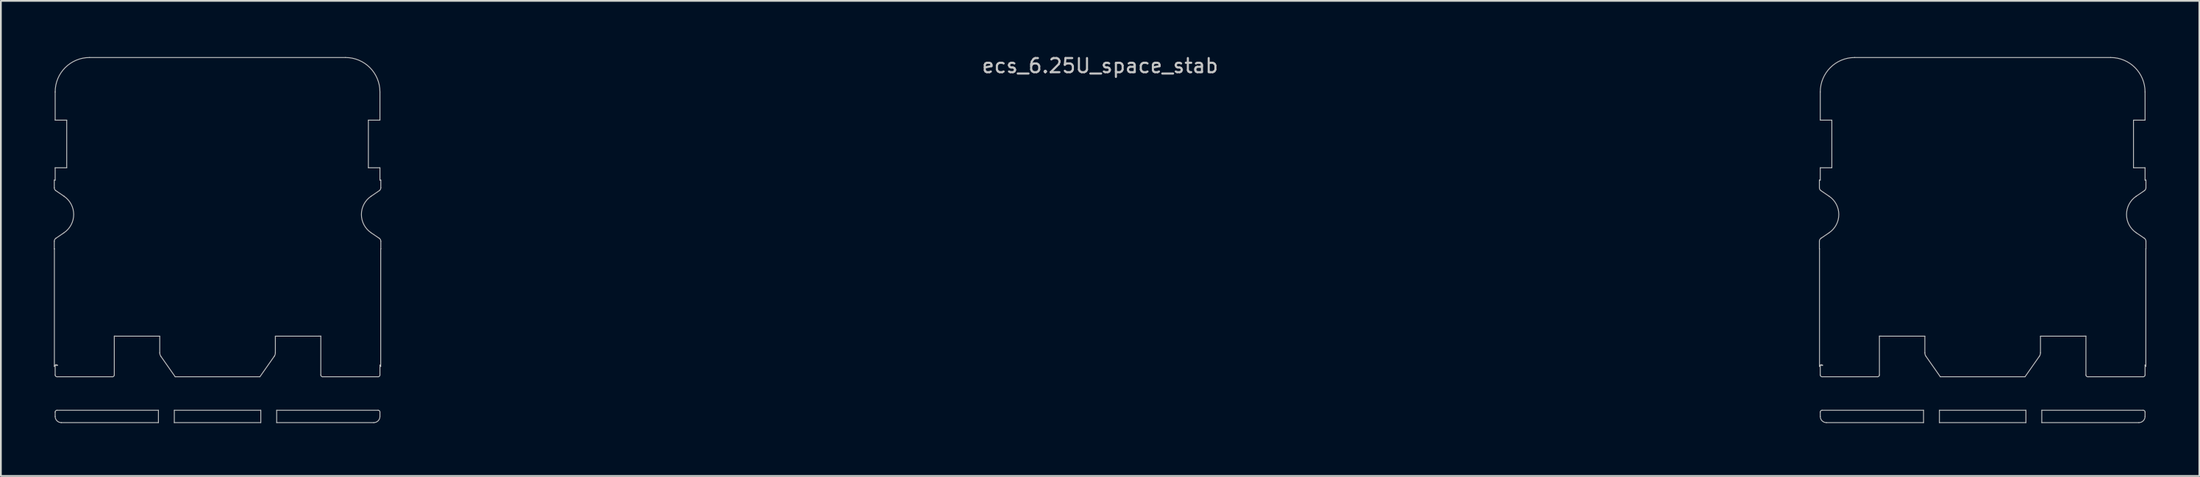
<source format=kicad_pcb>
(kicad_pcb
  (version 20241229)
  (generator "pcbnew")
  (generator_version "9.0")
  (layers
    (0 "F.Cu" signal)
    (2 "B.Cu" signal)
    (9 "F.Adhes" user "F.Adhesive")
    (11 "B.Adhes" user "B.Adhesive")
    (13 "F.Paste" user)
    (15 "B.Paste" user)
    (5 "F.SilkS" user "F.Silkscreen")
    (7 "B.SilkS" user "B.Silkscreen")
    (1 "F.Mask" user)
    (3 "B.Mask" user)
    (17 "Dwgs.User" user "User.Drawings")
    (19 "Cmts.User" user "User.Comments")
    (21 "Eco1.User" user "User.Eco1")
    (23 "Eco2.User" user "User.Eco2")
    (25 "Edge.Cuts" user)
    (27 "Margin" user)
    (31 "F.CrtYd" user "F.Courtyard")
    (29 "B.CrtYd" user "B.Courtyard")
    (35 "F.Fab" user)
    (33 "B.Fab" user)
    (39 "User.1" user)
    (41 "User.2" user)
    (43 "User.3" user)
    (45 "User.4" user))
  (footprint "ecs_6.25U_space_stab"
    (layer "F.Cu")
    (at 59.275 9.111)
    (property "Reference" "ecs_6.25U_space_stab" (at 0 -8.433 0) (layer "Dwgs.User") (effects (font (size 0.8 0.8) (thickness 0.12))))
    (attr smd)
    (fp_line (start -59.25 -1.95) (end -59.2 -1.95) (stroke (width 0.05) (type solid)) (layer "Dwgs.User"))
    (fp_line (start -59.25 -1.516) (end -59.25 -1.95) (stroke (width 0.05) (type solid)) (layer "Dwgs.User"))
    (fp_line (start -59.25 1.95) (end -59.25 1.516) (stroke (width 0.05) (type solid)) (layer "Dwgs.User"))
    (fp_line (start -59.244 1.95) (end -59.25 1.95) (stroke (width 0.05) (type solid)) (layer "Dwgs.User"))
    (fp_line (start -59.244 8.616) (end -59.244 1.95) (stroke (width 0.05) (type solid)) (layer "Dwgs.User"))
    (fp_line (start -59.2 -5.35) (end -59.2 -6.95) (stroke (width 0.05) (type solid)) (layer "Dwgs.User"))
    (fp_line (start -59.2 -2.65) (end -58.545 -2.65) (stroke (width 0.05) (type solid)) (layer "Dwgs.User"))
    (fp_line (start -59.2 -1.95) (end -59.2 -2.65) (stroke (width 0.05) (type solid)) (layer "Dwgs.User"))
    (fp_line (start -59.2 8.55) (end -59.069 8.55) (stroke (width 0.05) (type solid)) (layer "Dwgs.User"))
    (fp_line (start -59.2 9.1) (end -59.2 8.55) (stroke (width 0.05) (type solid)) (layer "Dwgs.User"))
    (fp_line (start -59.2 11.45) (end -59.2 11.2) (stroke (width 0.05) (type solid)) (layer "Dwgs.User"))
    (fp_line (start -59.163 1.351) (end -58.696 1.033) (stroke (width 0.05) (type solid)) (layer "Dwgs.User"))
    (fp_line (start -59.1 11.1) (end -53.35 11.1) (stroke (width 0.05) (type solid)) (layer "Dwgs.User"))
    (fp_line (start -58.696 -1.033) (end -59.163 -1.351) (stroke (width 0.05) (type solid)) (layer "Dwgs.User"))
    (fp_line (start -58.545 -5.35) (end -59.2 -5.35) (stroke (width 0.05) (type solid)) (layer "Dwgs.User"))
    (fp_line (start -58.545 -2.65) (end -58.545 -5.35) (stroke (width 0.05) (type solid)) (layer "Dwgs.User"))
    (fp_line (start -57.25 -8.9) (end -42.75 -8.9) (stroke (width 0.05) (type solid)) (layer "Dwgs.User"))
    (fp_line (start -55.95 9.2) (end -59.1 9.2) (stroke (width 0.05) (type solid)) (layer "Dwgs.User"))
    (fp_line (start -55.85 6.895) (end -55.85 9.1) (stroke (width 0.05) (type solid)) (layer "Dwgs.User"))
    (fp_line (start -53.35 11.1) (end -53.35 11.8) (stroke (width 0.05) (type solid)) (layer "Dwgs.User"))
    (fp_line (start -53.35 11.8) (end -58.85 11.8) (stroke (width 0.05) (type solid)) (layer "Dwgs.User"))
    (fp_line (start -53.275 6.9) (end -55.75 6.9) (stroke (width 0.05) (type solid)) (layer "Dwgs.User"))
    (fp_line (start -53.275 7.84) (end -53.275 6.9) (stroke (width 0.05) (type solid)) (layer "Dwgs.User"))
    (fp_line (start -52.45 11.1) (end -47.55 11.1) (stroke (width 0.05) (type solid)) (layer "Dwgs.User"))
    (fp_line (start -52.45 11.8) (end -52.45 11.1) (stroke (width 0.05) (type solid)) (layer "Dwgs.User"))
    (fp_line (start -52.4 9.2) (end -53.212 8.041) (stroke (width 0.05) (type solid)) (layer "Dwgs.User"))
    (fp_line (start -47.6 9.2) (end -52.4 9.2) (stroke (width 0.05) (type solid)) (layer "Dwgs.User"))
    (fp_line (start -47.55 11.1) (end -47.55 11.8) (stroke (width 0.05) (type solid)) (layer "Dwgs.User"))
    (fp_line (start -47.55 11.8) (end -52.45 11.8) (stroke (width 0.05) (type solid)) (layer "Dwgs.User"))
    (fp_line (start -46.788 8.041) (end -47.6 9.2) (stroke (width 0.05) (type solid)) (layer "Dwgs.User"))
    (fp_line (start -46.725 6.9) (end -46.725 7.84) (stroke (width 0.05) (type solid)) (layer "Dwgs.User"))
    (fp_line (start -46.65 11.1) (end -40.9 11.1) (stroke (width 0.05) (type solid)) (layer "Dwgs.User"))
    (fp_line (start -46.65 11.8) (end -46.65 11.1) (stroke (width 0.05) (type solid)) (layer "Dwgs.User"))
    (fp_line (start -44.25 6.9) (end -46.725 6.9) (stroke (width 0.05) (type solid)) (layer "Dwgs.User"))
    (fp_line (start -44.15 9.1) (end -44.15 6.895) (stroke (width 0.05) (type solid)) (layer "Dwgs.User"))
    (fp_line (start -41.455 -5.35) (end -41.455 -2.65) (stroke (width 0.05) (type solid)) (layer "Dwgs.User"))
    (fp_line (start -41.455 -2.65) (end -40.8 -2.65) (stroke (width 0.05) (type solid)) (layer "Dwgs.User"))
    (fp_line (start -41.304 1.033) (end -40.837 1.351) (stroke (width 0.05) (type solid)) (layer "Dwgs.User"))
    (fp_line (start -41.15 11.8) (end -46.65 11.8) (stroke (width 0.05) (type solid)) (layer "Dwgs.User"))
    (fp_line (start -40.9 9.2) (end -44.05 9.2) (stroke (width 0.05) (type solid)) (layer "Dwgs.User"))
    (fp_line (start -40.837 -1.351) (end -41.304 -1.033) (stroke (width 0.05) (type solid)) (layer "Dwgs.User"))
    (fp_line (start -40.8 8.534) (end -40.8 9.1) (stroke (width 0.05) (type solid)) (layer "Dwgs.User"))
    (fp_line (start -40.8 -6.95) (end -40.8 -5.35) (stroke (width 0.05) (type solid)) (layer "Dwgs.User"))
    (fp_line (start -40.8 -5.35) (end -41.455 -5.35) (stroke (width 0.05) (type solid)) (layer "Dwgs.User"))
    (fp_line (start -40.8 -2.65) (end -40.8 -1.95) (stroke (width 0.05) (type solid)) (layer "Dwgs.User"))
    (fp_line (start -40.8 -1.95) (end -40.75 -1.95) (stroke (width 0.05) (type solid)) (layer "Dwgs.User"))
    (fp_line (start -40.8 11.2) (end -40.8 11.45) (stroke (width 0.05) (type solid)) (layer "Dwgs.User"))
    (fp_line (start -40.756 1.95) (end -40.756 8.616) (stroke (width 0.05) (type solid)) (layer "Dwgs.User"))
    (fp_line (start -40.75 -1.95) (end -40.75 -1.516) (stroke (width 0.05) (type solid)) (layer "Dwgs.User"))
    (fp_line (start -40.75 1.516) (end -40.75 1.95) (stroke (width 0.05) (type solid)) (layer "Dwgs.User"))
    (fp_line (start -40.75 1.95) (end -40.756 1.95) (stroke (width 0.05) (type solid)) (layer "Dwgs.User"))
    (fp_line (start 40.75 -1.95) (end 40.8 -1.95) (stroke (width 0.05) (type solid)) (layer "Dwgs.User"))
    (fp_line (start 40.75 -1.516) (end 40.75 -1.95) (stroke (width 0.05) (type solid)) (layer "Dwgs.User"))
    (fp_line (start 40.75 1.95) (end 40.75 1.516) (stroke (width 0.05) (type solid)) (layer "Dwgs.User"))
    (fp_line (start 40.756 1.95) (end 40.75 1.95) (stroke (width 0.05) (type solid)) (layer "Dwgs.User"))
    (fp_line (start 40.756 8.616) (end 40.756 1.95) (stroke (width 0.05) (type solid)) (layer "Dwgs.User"))
    (fp_line (start 40.8 -5.35) (end 40.8 -6.95) (stroke (width 0.05) (type solid)) (layer "Dwgs.User"))
    (fp_line (start 40.8 -2.65) (end 41.455 -2.65) (stroke (width 0.05) (type solid)) (layer "Dwgs.User"))
    (fp_line (start 40.8 -1.95) (end 40.8 -2.65) (stroke (width 0.05) (type solid)) (layer "Dwgs.User"))
    (fp_line (start 40.8 8.55) (end 40.931 8.55) (stroke (width 0.05) (type solid)) (layer "Dwgs.User"))
    (fp_line (start 40.8 9.1) (end 40.8 8.55) (stroke (width 0.05) (type solid)) (layer "Dwgs.User"))
    (fp_line (start 40.8 11.45) (end 40.8 11.2) (stroke (width 0.05) (type solid)) (layer "Dwgs.User"))
    (fp_line (start 40.837 1.351) (end 41.304 1.033) (stroke (width 0.05) (type solid)) (layer "Dwgs.User"))
    (fp_line (start 40.9 11.1) (end 46.65 11.1) (stroke (width 0.05) (type solid)) (layer "Dwgs.User"))
    (fp_line (start 41.304 -1.033) (end 40.837 -1.351) (stroke (width 0.05) (type solid)) (layer "Dwgs.User"))
    (fp_line (start 41.455 -5.35) (end 40.8 -5.35) (stroke (width 0.05) (type solid)) (layer "Dwgs.User"))
    (fp_line (start 41.455 -2.65) (end 41.455 -5.35) (stroke (width 0.05) (type solid)) (layer "Dwgs.User"))
    (fp_line (start 42.75 -8.9) (end 57.25 -8.9) (stroke (width 0.05) (type solid)) (layer "Dwgs.User"))
    (fp_line (start 44.05 9.2) (end 40.9 9.2) (stroke (width 0.05) (type solid)) (layer "Dwgs.User"))
    (fp_line (start 44.15 6.895) (end 44.15 9.1) (stroke (width 0.05) (type solid)) (layer "Dwgs.User"))
    (fp_line (start 46.65 11.1) (end 46.65 11.8) (stroke (width 0.05) (type solid)) (layer "Dwgs.User"))
    (fp_line (start 46.65 11.8) (end 41.15 11.8) (stroke (width 0.05) (type solid)) (layer "Dwgs.User"))
    (fp_line (start 46.725 6.9) (end 44.25 6.9) (stroke (width 0.05) (type solid)) (layer "Dwgs.User"))
    (fp_line (start 46.725 7.84) (end 46.725 6.9) (stroke (width 0.05) (type solid)) (layer "Dwgs.User"))
    (fp_line (start 47.55 11.1) (end 52.45 11.1) (stroke (width 0.05) (type solid)) (layer "Dwgs.User"))
    (fp_line (start 47.55 11.8) (end 47.55 11.1) (stroke (width 0.05) (type solid)) (layer "Dwgs.User"))
    (fp_line (start 47.6 9.2) (end 46.788 8.041) (stroke (width 0.05) (type solid)) (layer "Dwgs.User"))
    (fp_line (start 52.4 9.2) (end 47.6 9.2) (stroke (width 0.05) (type solid)) (layer "Dwgs.User"))
    (fp_line (start 52.45 11.1) (end 52.45 11.8) (stroke (width 0.05) (type solid)) (layer "Dwgs.User"))
    (fp_line (start 52.45 11.8) (end 47.55 11.8) (stroke (width 0.05) (type solid)) (layer "Dwgs.User"))
    (fp_line (start 53.212 8.041) (end 52.4 9.2) (stroke (width 0.05) (type solid)) (layer "Dwgs.User"))
    (fp_line (start 53.275 6.9) (end 53.275 7.84) (stroke (width 0.05) (type solid)) (layer "Dwgs.User"))
    (fp_line (start 53.35 11.1) (end 59.1 11.1) (stroke (width 0.05) (type solid)) (layer "Dwgs.User"))
    (fp_line (start 53.35 11.8) (end 53.35 11.1) (stroke (width 0.05) (type solid)) (layer "Dwgs.User"))
    (fp_line (start 55.75 6.9) (end 53.275 6.9) (stroke (width 0.05) (type solid)) (layer "Dwgs.User"))
    (fp_line (start 55.85 9.1) (end 55.85 6.895) (stroke (width 0.05) (type solid)) (layer "Dwgs.User"))
    (fp_line (start 58.545 -5.35) (end 58.545 -2.65) (stroke (width 0.05) (type solid)) (layer "Dwgs.User"))
    (fp_line (start 58.545 -2.65) (end 59.2 -2.65) (stroke (width 0.05) (type solid)) (layer "Dwgs.User"))
    (fp_line (start 58.696 1.033) (end 59.163 1.351) (stroke (width 0.05) (type solid)) (layer "Dwgs.User"))
    (fp_line (start 58.85 11.8) (end 53.35 11.8) (stroke (width 0.05) (type solid)) (layer "Dwgs.User"))
    (fp_line (start 59.1 9.2) (end 55.95 9.2) (stroke (width 0.05) (type solid)) (layer "Dwgs.User"))
    (fp_line (start 59.163 -1.351) (end 58.696 -1.033) (stroke (width 0.05) (type solid)) (layer "Dwgs.User"))
    (fp_line (start 59.2 8.534) (end 59.2 9.1) (stroke (width 0.05) (type solid)) (layer "Dwgs.User"))
    (fp_line (start 59.2 -6.95) (end 59.2 -5.35) (stroke (width 0.05) (type solid)) (layer "Dwgs.User"))
    (fp_line (start 59.2 -5.35) (end 58.545 -5.35) (stroke (width 0.05) (type solid)) (layer "Dwgs.User"))
    (fp_line (start 59.2 -2.65) (end 59.2 -1.95) (stroke (width 0.05) (type solid)) (layer "Dwgs.User"))
    (fp_line (start 59.2 -1.95) (end 59.25 -1.95) (stroke (width 0.05) (type solid)) (layer "Dwgs.User"))
    (fp_line (start 59.2 11.2) (end 59.2 11.45) (stroke (width 0.05) (type solid)) (layer "Dwgs.User"))
    (fp_line (start 59.244 1.95) (end 59.244 8.616) (stroke (width 0.05) (type solid)) (layer "Dwgs.User"))
    (fp_line (start 59.25 -1.95) (end 59.25 -1.516) (stroke (width 0.05) (type solid)) (layer "Dwgs.User"))
    (fp_line (start 59.25 1.516) (end 59.25 1.95) (stroke (width 0.05) (type solid)) (layer "Dwgs.User"))
    (fp_line (start 59.25 1.95) (end 59.244 1.95) (stroke (width 0.05) (type solid)) (layer "Dwgs.User"))
    (fp_arc (start -59.250003 1.516225) (mid -59.226822 1.422766) (end -59.162652 1.350973) (stroke (width 0.05) (type solid)) (layer "Dwgs.User"))
    (fp_arc (start -59.24375 8.616395) (mid -59.17927 8.52292) (end -59.068988 8.55) (stroke (width 0.05) (type solid)) (layer "Dwgs.User"))
    (fp_arc (start -59.2 -6.95) (mid -58.628858 -8.328858) (end -57.25 -8.9) (stroke (width 0.05) (type solid)) (layer "Dwgs.User"))
    (fp_arc (start -59.2 11.199994) (mid -59.170712 11.129286) (end -59.100003 11.1) (stroke (width 0.05) (type solid)) (layer "Dwgs.User"))
    (fp_arc (start -59.162652 -1.350973) (mid -59.226822 -1.422766) (end -59.250003 -1.516225) (stroke (width 0.05) (type solid)) (layer "Dwgs.User"))
    (fp_arc (start -59.100003 9.2) (mid -59.170712 9.170714) (end -59.2 9.100006) (stroke (width 0.05) (type solid)) (layer "Dwgs.User"))
    (fp_arc (start -58.850023 11.8) (mid -59.097497 11.697497) (end -59.2 11.450023) (stroke (width 0.05) (type solid)) (layer "Dwgs.User"))
    (fp_arc (start -58.695979 -1.032887) (mid -58.15 0) (end -58.695979 1.032887) (stroke (width 0.05) (type solid)) (layer "Dwgs.User"))
    (fp_arc (start -55.85 9.099996) (mid -55.879288 9.170709) (end -55.95 9.2) (stroke (width 0.05) (type solid)) (layer "Dwgs.User"))
    (fp_arc (start -55.75 6.9) (mid -55.800063 6.898746) (end -55.85 6.894987) (stroke (width 0.05) (type solid)) (layer "Dwgs.User"))
    (fp_arc (start -53.211703 8.040768) (mid -53.258801 7.945263) (end -53.275 7.840016) (stroke (width 0.05) (type solid)) (layer "Dwgs.User"))
    (fp_arc (start -46.725 7.840016) (mid -46.741199 7.945263) (end -46.788297 8.040768) (stroke (width 0.05) (type solid)) (layer "Dwgs.User"))
    (fp_arc (start -44.15 6.894987) (mid -44.199937 6.898746) (end -44.25 6.9) (stroke (width 0.05) (type solid)) (layer "Dwgs.User"))
    (fp_arc (start -44.05 9.2) (mid -44.120712 9.170709) (end -44.15 9.099996) (stroke (width 0.05) (type solid)) (layer "Dwgs.User"))
    (fp_arc (start -42.75 -8.9) (mid -41.371142 -8.328858) (end -40.8 -6.95) (stroke (width 0.05) (type solid)) (layer "Dwgs.User"))
    (fp_arc (start -41.304021 1.032887) (mid -41.85 0) (end -41.304021 -1.032887) (stroke (width 0.05) (type solid)) (layer "Dwgs.User"))
    (fp_arc (start -40.899997 11.1) (mid -40.829288 11.129286) (end -40.8 11.199994) (stroke (width 0.05) (type solid)) (layer "Dwgs.User"))
    (fp_arc (start -40.837348 1.350973) (mid -40.773178 1.422766) (end -40.749997 1.516225) (stroke (width 0.05) (type solid)) (layer "Dwgs.User"))
    (fp_arc (start -40.800001 8.533718) (mid -40.767862 8.569625) (end -40.75625 8.616395) (stroke (width 0.05) (type solid)) (layer "Dwgs.User"))
    (fp_arc (start -40.8 9.100006) (mid -40.829288 9.170714) (end -40.899997 9.2) (stroke (width 0.05) (type solid)) (layer "Dwgs.User"))
    (fp_arc (start -40.8 11.450023) (mid -40.902503 11.697497) (end -41.149977 11.8) (stroke (width 0.05) (type solid)) (layer "Dwgs.User"))
    (fp_arc (start -40.749997 -1.516225) (mid -40.773178 -1.422766) (end -40.837348 -1.350973) (stroke (width 0.05) (type solid)) (layer "Dwgs.User"))
    (fp_arc (start 40.749997 1.516225) (mid 40.773168 1.422757) (end 40.837348 1.350973) (stroke (width 0.05) (type solid)) (layer "Dwgs.User"))
    (fp_arc (start 40.75625 8.616395) (mid 40.820717 8.52296) (end 40.931012 8.55) (stroke (width 0.05) (type solid)) (layer "Dwgs.User"))
    (fp_arc (start 40.8 -6.95) (mid 41.371142 -8.328858) (end 42.75 -8.9) (stroke (width 0.05) (type solid)) (layer "Dwgs.User"))
    (fp_arc (start 40.8 11.199994) (mid 40.82929 11.129288) (end 40.899997 11.1) (stroke (width 0.05) (type solid)) (layer "Dwgs.User"))
    (fp_arc (start 40.837348 -1.350973) (mid 40.773192 -1.422769) (end 40.749997 -1.516225) (stroke (width 0.05) (type solid)) (layer "Dwgs.User"))
    (fp_arc (start 40.899997 9.2) (mid 40.82929 9.170712) (end 40.8 9.100006) (stroke (width 0.05) (type solid)) (layer "Dwgs.User"))
    (fp_arc (start 41.149977 11.8) (mid 40.902513 11.697487) (end 40.8 11.450023) (stroke (width 0.05) (type solid)) (layer "Dwgs.User"))
    (fp_arc (start 41.304021 -1.032887) (mid 41.85 0) (end 41.304021 1.032887) (stroke (width 0.05) (type solid)) (layer "Dwgs.User"))
    (fp_arc (start 44.15 9.099996) (mid 44.120712 9.170709) (end 44.05 9.2) (stroke (width 0.05) (type solid)) (layer "Dwgs.User"))
    (fp_arc (start 44.25 6.9) (mid 44.199937 6.898746) (end 44.15 6.894987) (stroke (width 0.05) (type solid)) (layer "Dwgs.User"))
    (fp_arc (start 46.788297 8.040768) (mid 46.741195 7.945264) (end 46.725 7.840016) (stroke (width 0.05) (type solid)) (layer "Dwgs.User"))
    (fp_arc (start 53.275 7.840016) (mid 53.258797 7.945261) (end 53.211703 8.040768) (stroke (width 0.05) (type solid)) (layer "Dwgs.User"))
    (fp_arc (start 55.85 6.894987) (mid 55.800063 6.898746) (end 55.75 6.9) (stroke (width 0.05) (type solid)) (layer "Dwgs.User"))
    (fp_arc (start 55.95 9.2) (mid 55.879288 9.170709) (end 55.85 9.099996) (stroke (width 0.05) (type solid)) (layer "Dwgs.User"))
    (fp_arc (start 57.25 -8.9) (mid 58.628858 -8.328858) (end 59.2 -6.95) (stroke (width 0.05) (type solid)) (layer "Dwgs.User"))
    (fp_arc (start 58.695979 1.032887) (mid 58.15 0) (end 58.695979 -1.032887) (stroke (width 0.05) (type solid)) (layer "Dwgs.User"))
    (fp_arc (start 59.100003 11.1) (mid 59.17071 11.129288) (end 59.2 11.199994) (stroke (width 0.05) (type solid)) (layer "Dwgs.User"))
    (fp_arc (start 59.162652 1.350973) (mid 59.226808 1.422769) (end 59.250003 1.516225) (stroke (width 0.05) (type solid)) (layer "Dwgs.User"))
    (fp_arc (start 59.199999 8.533718) (mid 59.232153 8.56962) (end 59.24375 8.616395) (stroke (width 0.05) (type solid)) (layer "Dwgs.User"))
    (fp_arc (start 59.2 9.100006) (mid 59.17071 9.170712) (end 59.100003 9.2) (stroke (width 0.05) (type solid)) (layer "Dwgs.User"))
    (fp_arc (start 59.2 11.450023) (mid 59.097487 11.697487) (end 58.850023 11.8) (stroke (width 0.05) (type solid)) (layer "Dwgs.User"))
    (fp_arc (start 59.250003 -1.516225) (mid 59.226832 -1.422757) (end 59.162652 -1.350973) (stroke (width 0.05) (type solid)) (layer "Dwgs.User")))
  (gr_rect
    (start -3 -3)
    (end 121.55 23.936)
    (stroke (width 0.1) (type default))
    (fill no)
    (layer "Edge.Cuts")))
</source>
